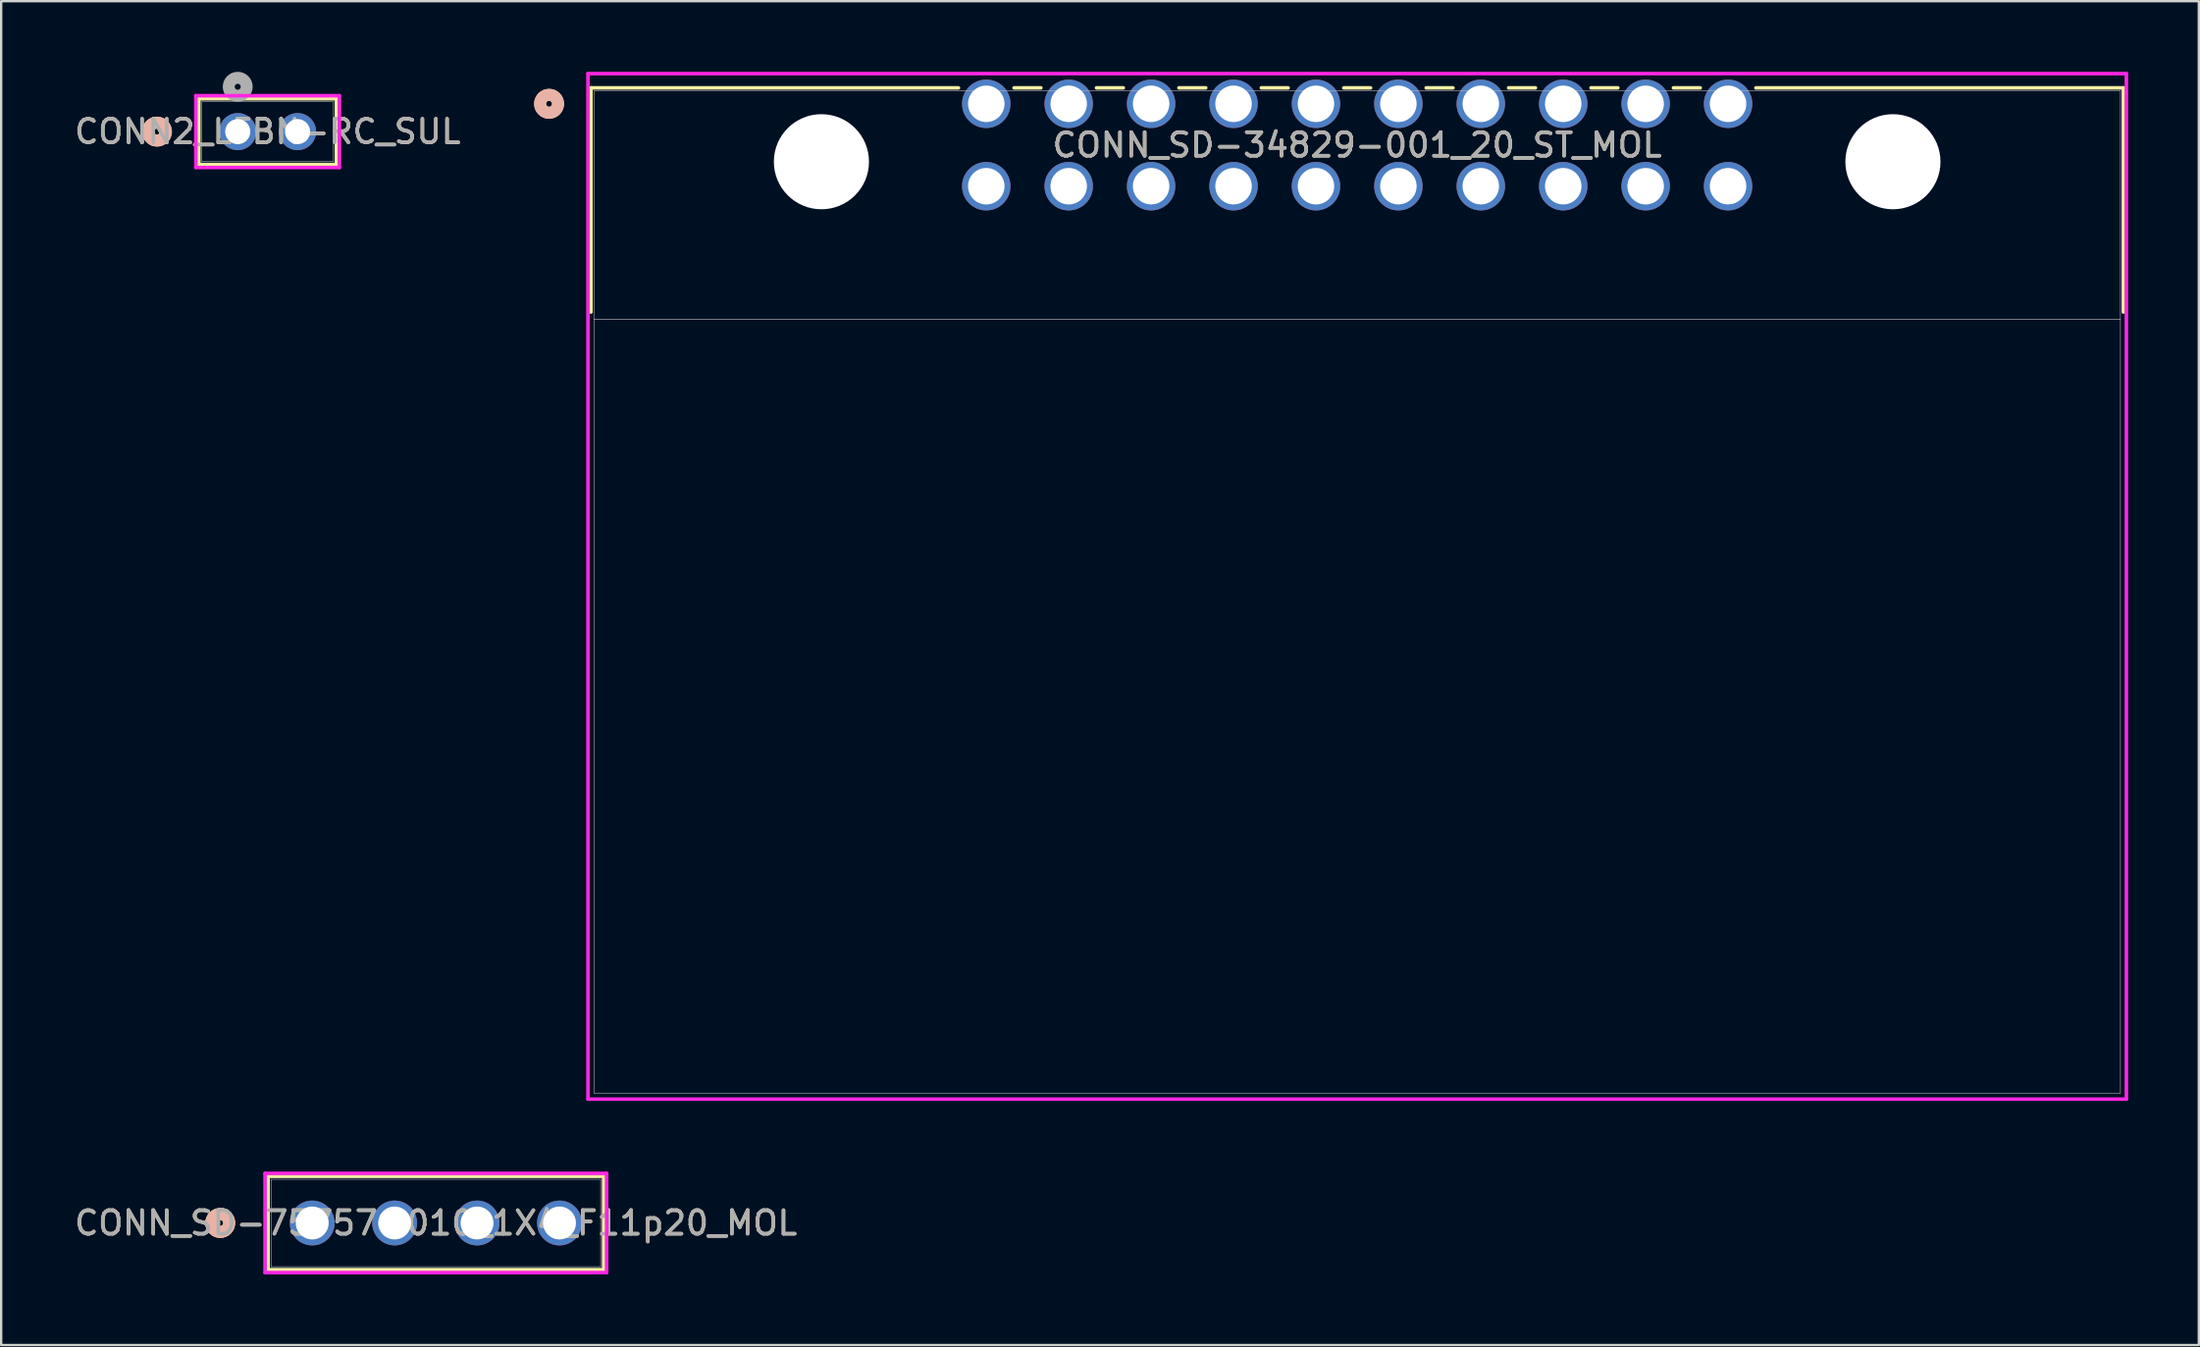
<source format=kicad_pcb>
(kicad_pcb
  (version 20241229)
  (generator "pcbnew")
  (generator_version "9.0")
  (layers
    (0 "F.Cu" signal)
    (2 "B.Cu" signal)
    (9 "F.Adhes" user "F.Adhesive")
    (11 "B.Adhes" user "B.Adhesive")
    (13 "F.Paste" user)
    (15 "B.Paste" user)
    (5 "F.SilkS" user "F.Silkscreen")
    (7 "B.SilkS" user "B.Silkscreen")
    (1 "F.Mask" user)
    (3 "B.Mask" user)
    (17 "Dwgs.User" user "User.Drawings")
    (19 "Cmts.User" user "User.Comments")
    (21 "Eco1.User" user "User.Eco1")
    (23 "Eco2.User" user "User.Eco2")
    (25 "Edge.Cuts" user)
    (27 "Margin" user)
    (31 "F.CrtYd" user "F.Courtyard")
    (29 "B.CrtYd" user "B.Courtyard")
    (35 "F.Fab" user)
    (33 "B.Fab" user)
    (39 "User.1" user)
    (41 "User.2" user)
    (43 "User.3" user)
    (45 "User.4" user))
  (footprint "CONN_SD-34829-001_20_ST_MOL"
    (layer "F.Cu")
    (at 38.831 1.359)
    (property "Reference" "CONN_SD-34829-001_20_ST_MOL" (at 15.75 1.75 0) (unlocked yes) (layer "F.SilkS") (effects (font (size 1 1) (thickness 0.15))))
    (attr through_hole)
    (fp_line (start -16.787 -0.677) (end -16.787 8.845) (stroke (width 0.152) (type solid)) (layer "F.SilkS"))
    (fp_line (start -1.181 -0.677) (end -16.787 -0.677) (stroke (width 0.152) (type solid)) (layer "F.SilkS"))
    (fp_line (start 2.319 -0.677) (end 1.181 -0.677) (stroke (width 0.152) (type solid)) (layer "F.SilkS"))
    (fp_line (start 5.819 -0.677) (end 4.681 -0.677) (stroke (width 0.152) (type solid)) (layer "F.SilkS"))
    (fp_line (start 9.319 -0.677) (end 8.181 -0.677) (stroke (width 0.152) (type solid)) (layer "F.SilkS"))
    (fp_line (start 12.819 -0.677) (end 11.681 -0.677) (stroke (width 0.152) (type solid)) (layer "F.SilkS"))
    (fp_line (start 16.319 -0.677) (end 15.181 -0.677) (stroke (width 0.152) (type solid)) (layer "F.SilkS"))
    (fp_line (start 19.819 -0.677) (end 18.681 -0.677) (stroke (width 0.152) (type solid)) (layer "F.SilkS"))
    (fp_line (start 23.319 -0.677) (end 22.181 -0.677) (stroke (width 0.152) (type solid)) (layer "F.SilkS"))
    (fp_line (start 26.819 -0.677) (end 25.681 -0.677) (stroke (width 0.152) (type solid)) (layer "F.SilkS"))
    (fp_line (start 30.319 -0.677) (end 29.181 -0.677) (stroke (width 0.152) (type solid)) (layer "F.SilkS"))
    (fp_line (start 48.287 -0.677) (end 32.681 -0.677) (stroke (width 0.152) (type solid)) (layer "F.SilkS"))
    (fp_line (start 48.287 8.845) (end 48.287 -0.677) (stroke (width 0.152) (type solid)) (layer "F.SilkS"))
    (fp_circle (center -18.565 0) (end -18.184 0) (stroke (width 0.508) (type solid)) (fill no) (layer "F.SilkS"))
    (fp_circle (center -18.565 0) (end -18.184 0) (stroke (width 0.508) (type solid)) (fill no) (layer "B.SilkS"))
    (fp_line (start -16.66 9.153) (end 48.16 9.153) (stroke (width 0.025) (type solid)) (layer "Dwgs.User"))
    (fp_line (start -16.914 -1.283) (end -16.914 42.274) (stroke (width 0.152) (type solid)) (layer "F.CrtYd"))
    (fp_line (start -16.914 42.274) (end 48.414 42.274) (stroke (width 0.152) (type solid)) (layer "F.CrtYd"))
    (fp_line (start 48.414 -1.283) (end -16.914 -1.283) (stroke (width 0.152) (type solid)) (layer "F.CrtYd"))
    (fp_line (start 48.414 42.274) (end 48.414 -1.283) (stroke (width 0.152) (type solid)) (layer "F.CrtYd"))
    (fp_line (start -16.66 -0.55) (end -16.66 42.02) (stroke (width 0.025) (type solid)) (layer "F.Fab"))
    (fp_line (start -16.66 42.02) (end 48.16 42.02) (stroke (width 0.025) (type solid)) (layer "F.Fab"))
    (fp_line (start 48.16 -0.55) (end -16.66 -0.55) (stroke (width 0.025) (type solid)) (layer "F.Fab"))
    (fp_line (start 48.16 42.02) (end 48.16 -0.55) (stroke (width 0.025) (type solid)) (layer "F.Fab"))
    (fp_circle (center 0 0) (end 0.381 0) (stroke (width 0.508) (type solid)) (fill no) (layer "F.Fab"))
    (fp_text user "${REFERENCE}" (at 15.75 1.75 0) (unlocked yes) (layer "F.Fab") (effects (font (size 1 1) (thickness 0.15))))
    (pad "" np_thru_hole circle (at -7 2.46) (size 4.039 4.039) (drill 4.039) (layers "*.Cu" "*.Mask"))
    (pad "" np_thru_hole circle (at 38.5 2.46) (size 4.039 4.039) (drill 4.039) (layers "*.Cu" "*.Mask"))
    (pad "1" thru_hole circle (at 0 0) (size 2.057 2.057) (drill 1.549) (layers "*.Cu" "*.Mask"))
    (pad "2" thru_hole circle (at 3.5 0) (size 2.057 2.057) (drill 1.549) (layers "*.Cu" "*.Mask"))
    (pad "3" thru_hole circle (at 7 0) (size 2.057 2.057) (drill 1.549) (layers "*.Cu" "*.Mask"))
    (pad "4" thru_hole circle (at 10.5 0) (size 2.057 2.057) (drill 1.549) (layers "*.Cu" "*.Mask"))
    (pad "5" thru_hole circle (at 14 0) (size 2.057 2.057) (drill 1.549) (layers "*.Cu" "*.Mask"))
    (pad "6" thru_hole circle (at 17.5 0) (size 2.057 2.057) (drill 1.549) (layers "*.Cu" "*.Mask"))
    (pad "7" thru_hole circle (at 21 0) (size 2.057 2.057) (drill 1.549) (layers "*.Cu" "*.Mask"))
    (pad "8" thru_hole circle (at 24.5 0) (size 2.057 2.057) (drill 1.549) (layers "*.Cu" "*.Mask"))
    (pad "9" thru_hole circle (at 28 0) (size 2.057 2.057) (drill 1.549) (layers "*.Cu" "*.Mask"))
    (pad "10" thru_hole circle (at 31.5 0) (size 2.057 2.057) (drill 1.549) (layers "*.Cu" "*.Mask"))
    (pad "11" thru_hole circle (at 0 3.5) (size 2.057 2.057) (drill 1.549) (layers "*.Cu" "*.Mask"))
    (pad "12" thru_hole circle (at 3.5 3.5) (size 2.057 2.057) (drill 1.549) (layers "*.Cu" "*.Mask"))
    (pad "13" thru_hole circle (at 7 3.5) (size 2.057 2.057) (drill 1.549) (layers "*.Cu" "*.Mask"))
    (pad "14" thru_hole circle (at 10.5 3.5) (size 2.057 2.057) (drill 1.549) (layers "*.Cu" "*.Mask"))
    (pad "15" thru_hole circle (at 14 3.5) (size 2.057 2.057) (drill 1.549) (layers "*.Cu" "*.Mask"))
    (pad "16" thru_hole circle (at 17.5 3.5) (size 2.057 2.057) (drill 1.549) (layers "*.Cu" "*.Mask"))
    (pad "17" thru_hole circle (at 21 3.5) (size 2.057 2.057) (drill 1.549) (layers "*.Cu" "*.Mask"))
    (pad "18" thru_hole circle (at 24.5 3.5) (size 2.057 2.057) (drill 1.549) (layers "*.Cu" "*.Mask"))
    (pad "19" thru_hole circle (at 28 3.5) (size 2.057 2.057) (drill 1.549) (layers "*.Cu" "*.Mask"))
    (pad "20" thru_hole circle (at 31.5 3.5) (size 2.057 2.057) (drill 1.549) (layers "*.Cu" "*.Mask")))
  (footprint "CONN_SD-75757-010_1X4_F11p20_MOL"
    (layer "F.Cu")
    (at 10.208 48.894)
    (property "Reference" "CONN_SD-75757-010_1X4_F11p20_MOL" (at 5.25 0 0) (unlocked yes) (layer "F.SilkS") (effects (font (size 1 1) (thickness 0.15))))
    (attr through_hole)
    (fp_line (start -1.875 -1.981) (end -1.875 1.981) (stroke (width 0.152) (type solid)) (layer "F.SilkS"))
    (fp_line (start -1.875 1.981) (end 12.375 1.981) (stroke (width 0.152) (type solid)) (layer "F.SilkS"))
    (fp_line (start 12.375 -1.981) (end -1.875 -1.981) (stroke (width 0.152) (type solid)) (layer "F.SilkS"))
    (fp_line (start 12.375 1.981) (end 12.375 -1.981) (stroke (width 0.152) (type solid)) (layer "F.SilkS"))
    (fp_circle (center -3.907 0) (end -3.526 0) (stroke (width 0.508) (type solid)) (fill no) (layer "F.SilkS"))
    (fp_circle (center -3.907 0) (end -3.526 0) (stroke (width 0.508) (type solid)) (fill no) (layer "B.SilkS"))
    (fp_line (start -2.002 -2.108) (end -2.002 2.108) (stroke (width 0.152) (type solid)) (layer "F.CrtYd"))
    (fp_line (start -2.002 2.108) (end 12.502 2.108) (stroke (width 0.152) (type solid)) (layer "F.CrtYd"))
    (fp_line (start 12.502 -2.108) (end -2.002 -2.108) (stroke (width 0.152) (type solid)) (layer "F.CrtYd"))
    (fp_line (start 12.502 2.108) (end 12.502 -2.108) (stroke (width 0.152) (type solid)) (layer "F.CrtYd"))
    (fp_line (start -1.748 -1.854) (end -1.748 1.854) (stroke (width 0.025) (type solid)) (layer "F.Fab"))
    (fp_line (start -1.748 1.854) (end 12.248 1.854) (stroke (width 0.025) (type solid)) (layer "F.Fab"))
    (fp_line (start 12.248 -1.854) (end -1.748 -1.854) (stroke (width 0.025) (type solid)) (layer "F.Fab"))
    (fp_line (start 12.248 1.854) (end 12.248 -1.854) (stroke (width 0.025) (type solid)) (layer "F.Fab"))
    (fp_circle (center 0 0) (end 0.381 0) (stroke (width 0.508) (type solid)) (fill no) (layer "F.Fab"))
    (fp_text user "${REFERENCE}" (at 5.25 0 0) (unlocked yes) (layer "F.Fab") (effects (font (size 1 1) (thickness 0.15))))
    (pad "1" thru_hole circle (at 0 0) (size 1.905 1.905) (drill 1.397) (layers "*.Cu" "*.Mask"))
    (pad "2" thru_hole circle (at 3.5 0) (size 1.905 1.905) (drill 1.397) (layers "*.Cu" "*.Mask"))
    (pad "3" thru_hole circle (at 7 0) (size 1.905 1.905) (drill 1.397) (layers "*.Cu" "*.Mask"))
    (pad "4" thru_hole circle (at 10.5 0) (size 1.905 1.905) (drill 1.397) (layers "*.Cu" "*.Mask")))
  (footprint "CONN2_LFBN-RC_SUL"
    (layer "F.Cu")
    (at 7.045 2.54)
    (property "Reference" "CONN2_LFBN-RC_SUL" (at 1.27 0 0) (unlocked yes) (layer "F.SilkS") (effects (font (size 1 1) (thickness 0.15))))
    (attr through_hole)
    (fp_line (start -1.651 -1.397) (end -1.651 1.397) (stroke (width 0.152) (type solid)) (layer "F.SilkS"))
    (fp_line (start -1.651 1.397) (end 4.191 1.397) (stroke (width 0.152) (type solid)) (layer "F.SilkS"))
    (fp_line (start 4.191 -1.397) (end -1.651 -1.397) (stroke (width 0.152) (type solid)) (layer "F.SilkS"))
    (fp_line (start 4.191 1.397) (end 4.191 -1.397) (stroke (width 0.152) (type solid)) (layer "F.SilkS"))
    (fp_circle (center -3.429 0) (end -3.048 0) (stroke (width 0.508) (type solid)) (fill no) (layer "F.SilkS"))
    (fp_circle (center -3.429 0) (end -3.048 0) (stroke (width 0.508) (type solid)) (fill no) (layer "B.SilkS"))
    (fp_line (start -1.778 -1.524) (end -1.778 1.524) (stroke (width 0.152) (type solid)) (layer "F.CrtYd"))
    (fp_line (start -1.778 1.524) (end 4.318 1.524) (stroke (width 0.152) (type solid)) (layer "F.CrtYd"))
    (fp_line (start 4.318 -1.524) (end -1.778 -1.524) (stroke (width 0.152) (type solid)) (layer "F.CrtYd"))
    (fp_line (start 4.318 1.524) (end 4.318 -1.524) (stroke (width 0.152) (type solid)) (layer "F.CrtYd"))
    (fp_line (start -1.524 -1.27) (end -1.524 1.27) (stroke (width 0.025) (type solid)) (layer "F.Fab"))
    (fp_line (start -1.524 1.27) (end 4.064 1.27) (stroke (width 0.025) (type solid)) (layer "F.Fab"))
    (fp_line (start 4.064 -1.27) (end -1.524 -1.27) (stroke (width 0.025) (type solid)) (layer "F.Fab"))
    (fp_line (start 4.064 1.27) (end 4.064 -1.27) (stroke (width 0.025) (type solid)) (layer "F.Fab"))
    (fp_circle (center 0 -1.905) (end 0.381 -1.905) (stroke (width 0.508) (type solid)) (fill no) (layer "F.Fab"))
    (fp_text user "${REFERENCE}" (at 1.27 0 0) (unlocked yes) (layer "F.Fab") (effects (font (size 1 1) (thickness 0.15))))
    (pad "1" thru_hole circle (at 0 0) (size 1.575 1.575) (drill 1.067) (layers "*.Cu" "*.Mask"))
    (pad "2" thru_hole circle (at 2.54 0) (size 1.575 1.575) (drill 1.067) (layers "*.Cu" "*.Mask")))
  (gr_rect
    (start -3 -3)
    (end 90.322 54.078)
    (stroke (width 0.1) (type default))
    (fill no)
    (layer "Edge.Cuts")))
</source>
